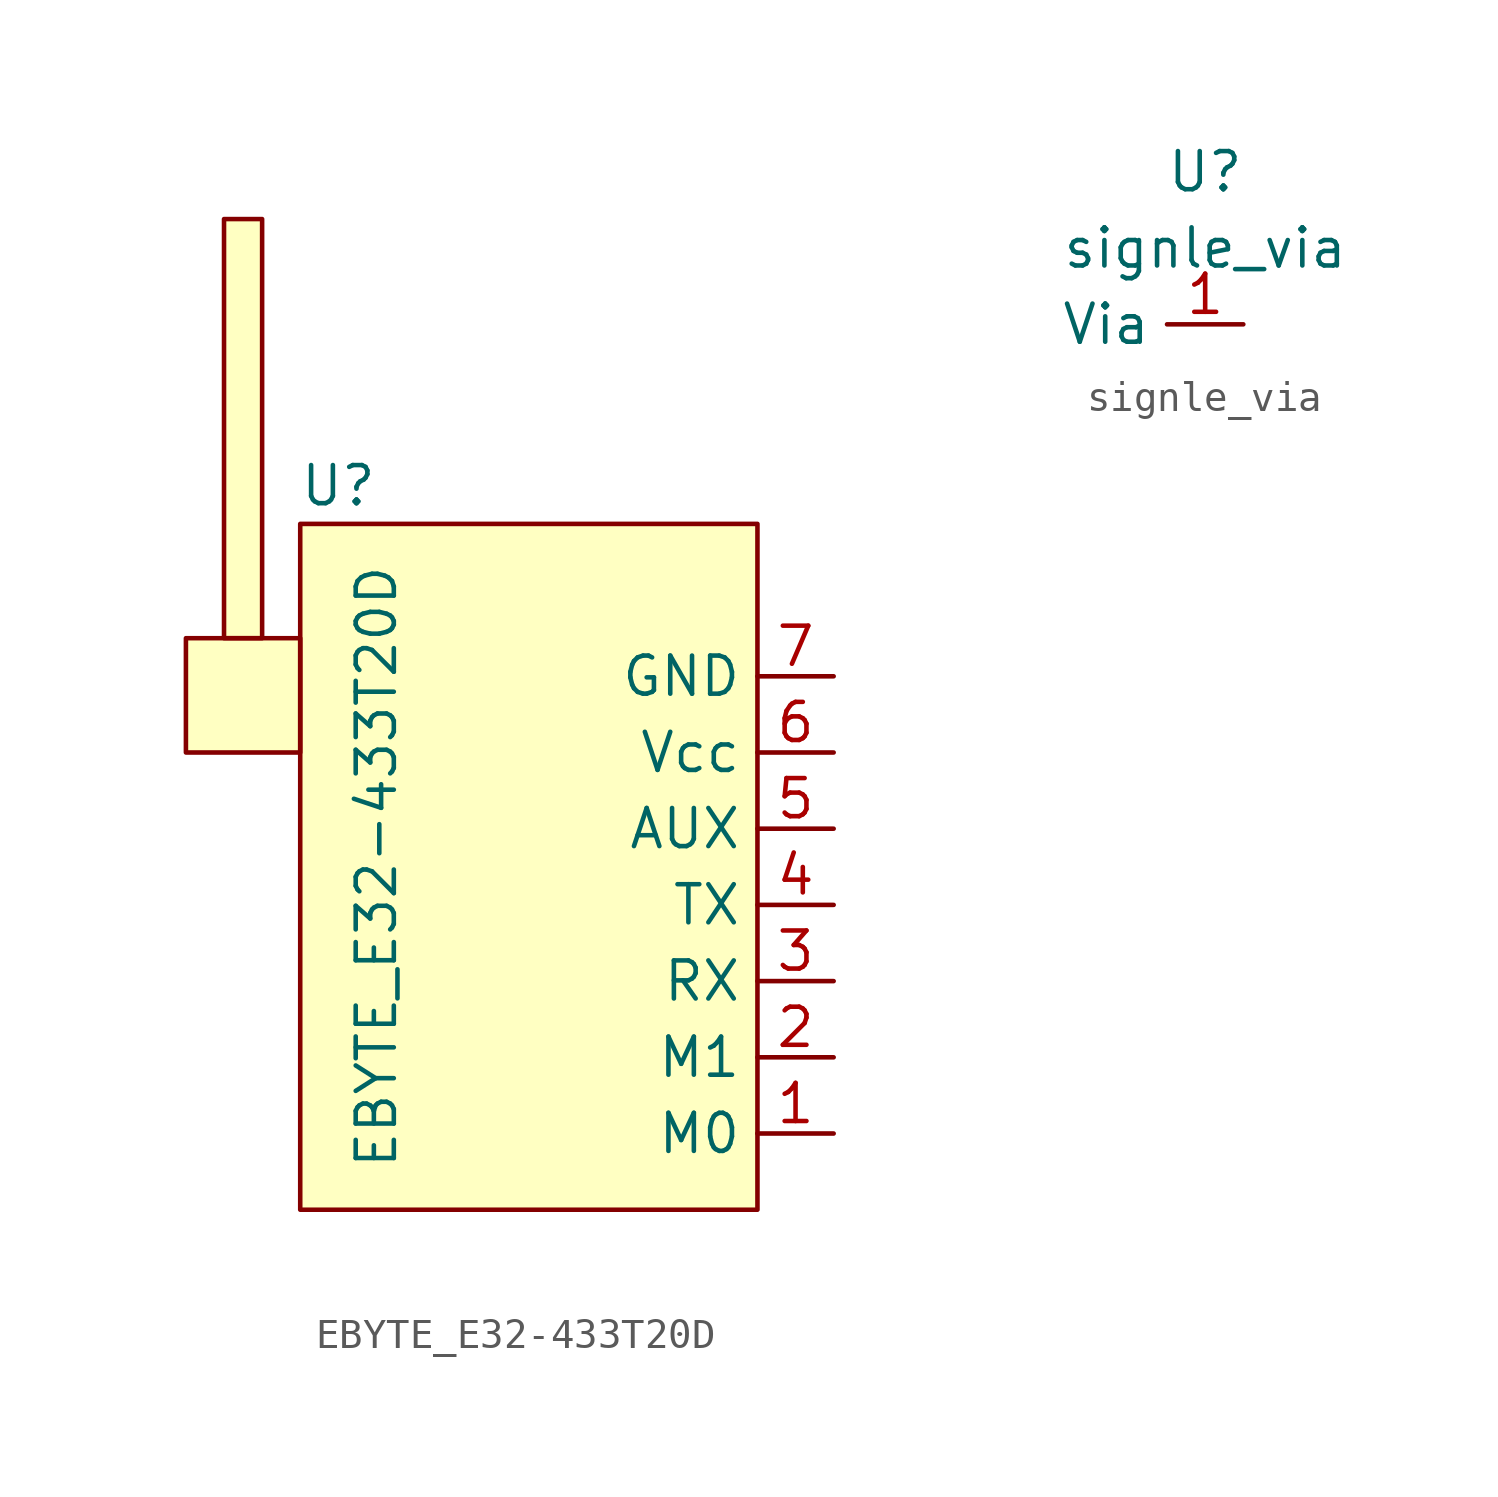
<source format=kicad_sym>
(kicad_symbol_lib
  (version 20211014)
  (generator kicad_symbol_editor)
  (symbol "EBYTE_E32-433T20D"
    (property "Reference" "U"
      (at -6.35 11.43 0)
      (effects (font (size 1.27 1.27))))
    (property "Value" "EBYTE_E32-433T20D"
      (at -5.08 -1.27 90)
      (effects (font (size 1.27 1.27))))
    (symbol "EBYTE_E32-433T20D_0_1"
      (rectangle (start -10.16 6.35) (end -8.89 20.32) (stroke (width 0) (type default) (color 0 0 0 0)) (fill (type background)))
      (rectangle (start -7.62 6.35) (end -11.43 2.54) (stroke (width 0) (type default) (color 0 0 0 0)) (fill (type background)))
      (rectangle (start -7.62 10.16) (end 7.62 -12.7) (stroke (width 0) (type default) (color 0 0 0 0)) (fill (type background))))
    (symbol "EBYTE_E32-433T20D_1_1"
      (pin input line (at 10.16 -10.16 180) (length 2.54) (name "M0" (effects (font (size 1.27 1.27)))) (number "1" (effects (font (size 1.27 1.27)))))
      (pin input line (at 10.16 -7.62 180) (length 2.54) (name "M1" (effects (font (size 1.27 1.27)))) (number "2" (effects (font (size 1.27 1.27)))))
      (pin input line (at 10.16 -5.08 180) (length 2.54) (name "RX" (effects (font (size 1.27 1.27)))) (number "3" (effects (font (size 1.27 1.27)))))
      (pin input line (at 10.16 -2.54 180) (length 2.54) (name "TX" (effects (font (size 1.27 1.27)))) (number "4" (effects (font (size 1.27 1.27)))))
      (pin input line (at 10.16 0 180) (length 2.54) (name "AUX" (effects (font (size 1.27 1.27)))) (number "5" (effects (font (size 1.27 1.27)))))
      (pin input line (at 10.16 2.54 180) (length 2.54) (name "Vcc" (effects (font (size 1.27 1.27)))) (number "6" (effects (font (size 1.27 1.27)))))
      (pin input line (at 10.16 5.08 180) (length 2.54) (name "GND" (effects (font (size 1.27 1.27)))) (number "7" (effects (font (size 1.27 1.27)))))))
  (symbol "signle_via"
    (property "Reference" "U"
      (at 0 3.81 0)
      (effects (font (size 1.27 1.27))))
    (property "Value" "signle_via"
      (at 0 1.27 0)
      (effects (font (size 1.27 1.27))))
    (symbol "signle_via_1_1"
      (pin input line (at 1.27 -1.27 180) (length 2.54) (name "Via" (effects (font (size 1.27 1.27)))) (number "1" (effects (font (size 1.27 1.27))))))))
</source>
